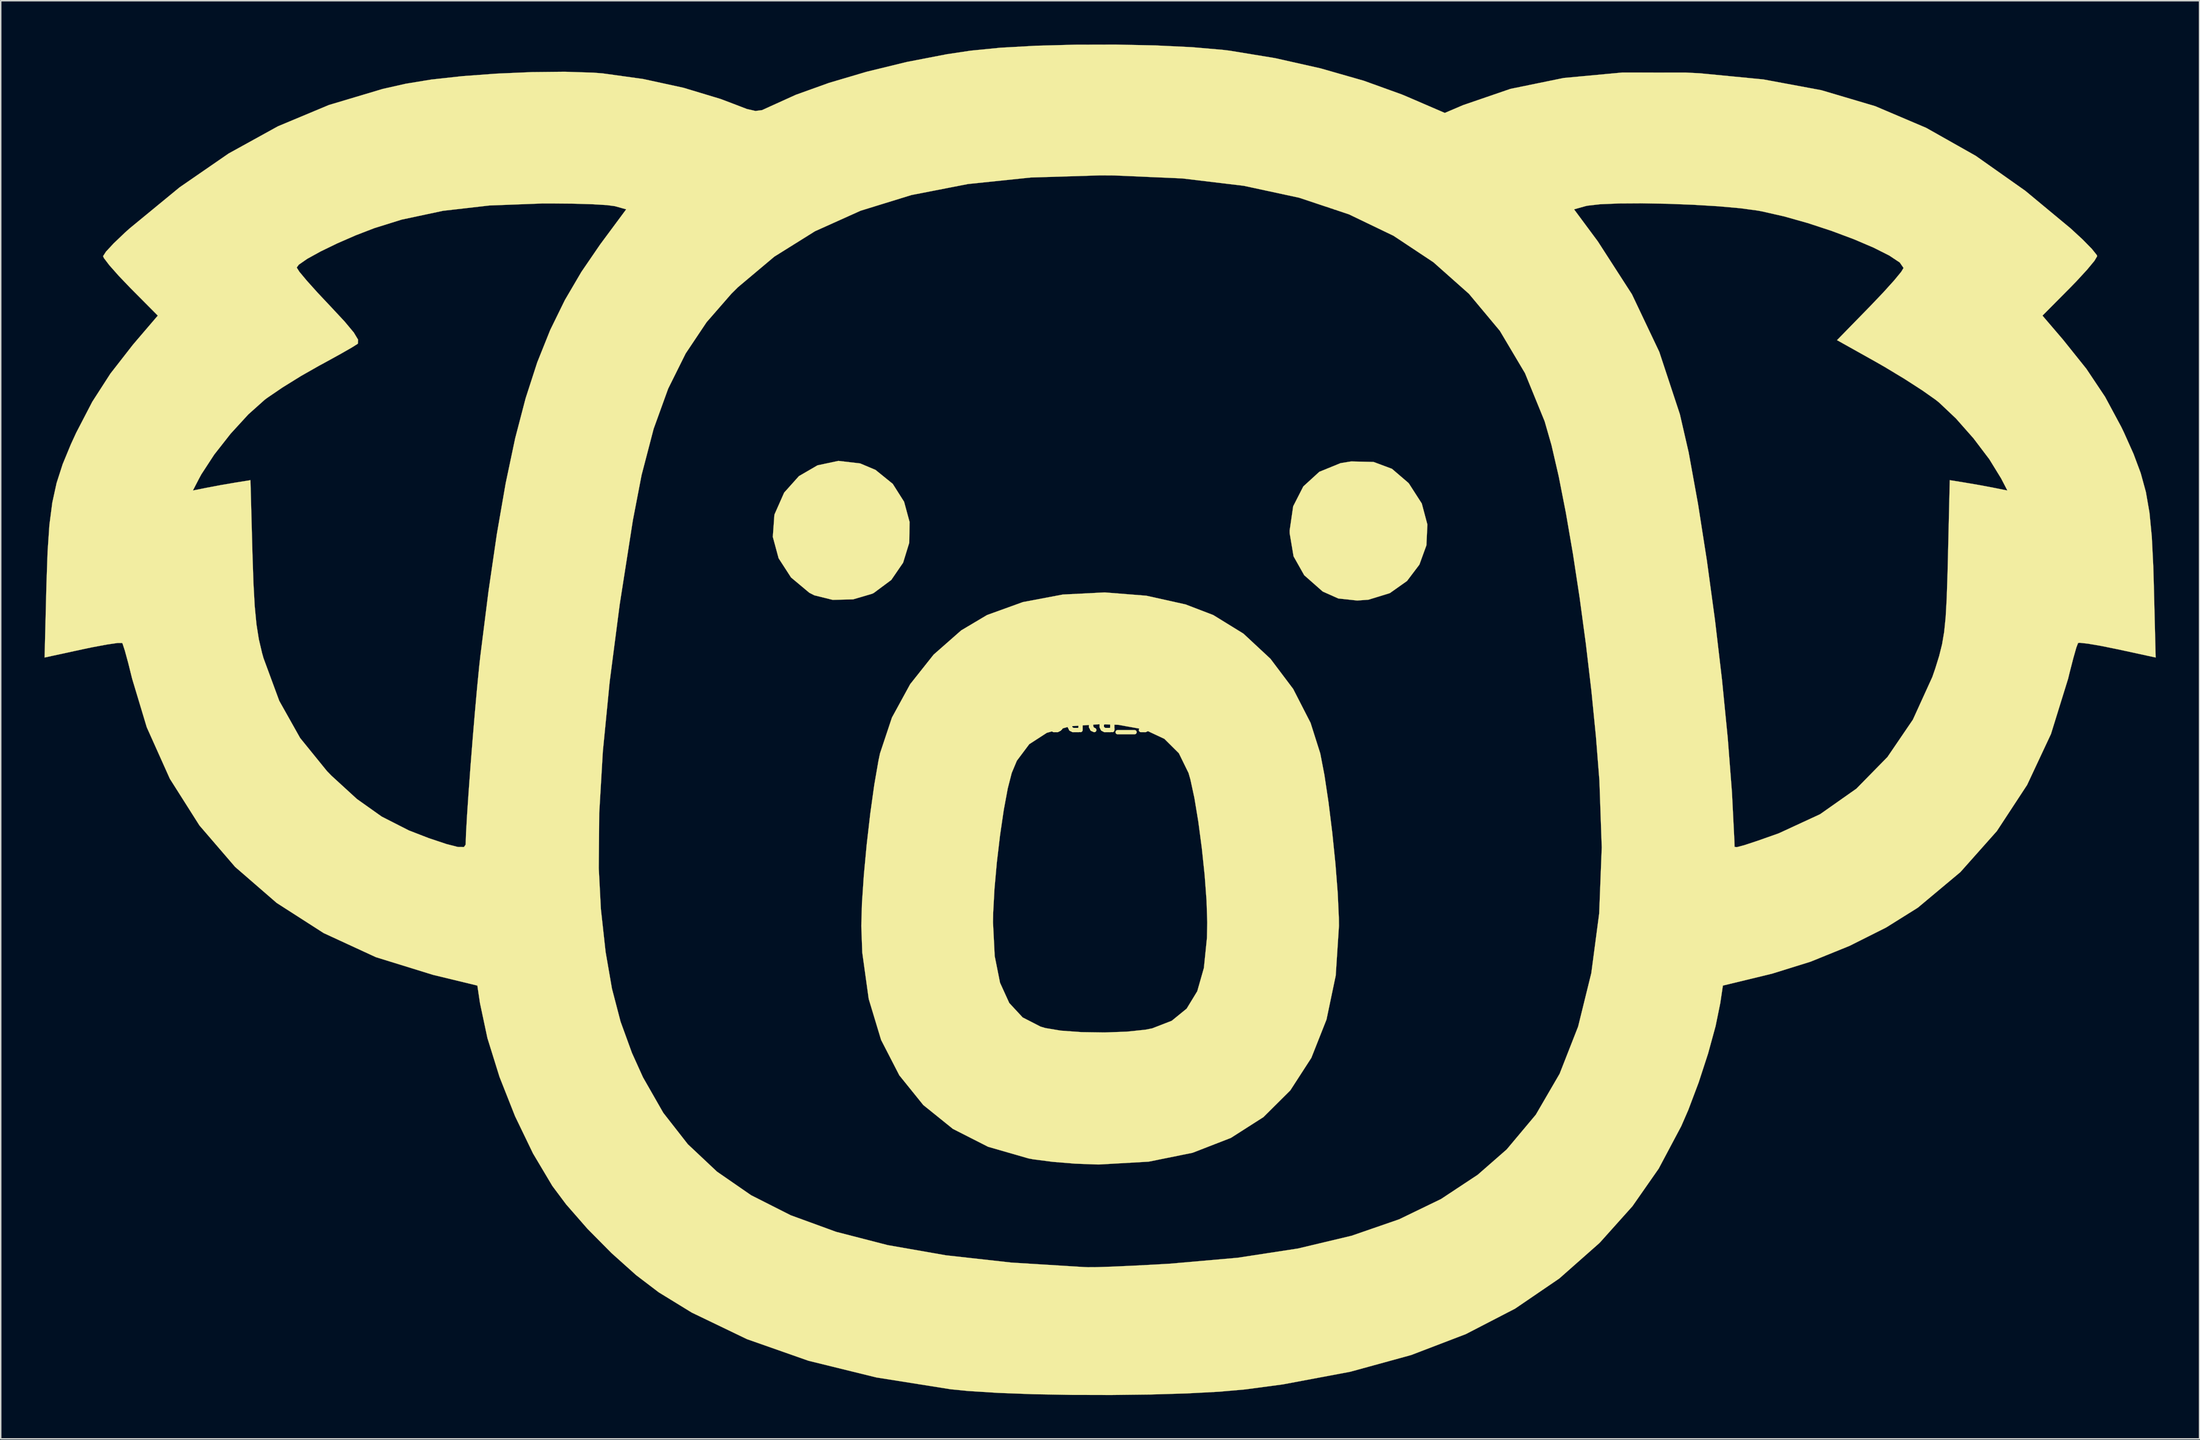
<source format=kicad_pcb>
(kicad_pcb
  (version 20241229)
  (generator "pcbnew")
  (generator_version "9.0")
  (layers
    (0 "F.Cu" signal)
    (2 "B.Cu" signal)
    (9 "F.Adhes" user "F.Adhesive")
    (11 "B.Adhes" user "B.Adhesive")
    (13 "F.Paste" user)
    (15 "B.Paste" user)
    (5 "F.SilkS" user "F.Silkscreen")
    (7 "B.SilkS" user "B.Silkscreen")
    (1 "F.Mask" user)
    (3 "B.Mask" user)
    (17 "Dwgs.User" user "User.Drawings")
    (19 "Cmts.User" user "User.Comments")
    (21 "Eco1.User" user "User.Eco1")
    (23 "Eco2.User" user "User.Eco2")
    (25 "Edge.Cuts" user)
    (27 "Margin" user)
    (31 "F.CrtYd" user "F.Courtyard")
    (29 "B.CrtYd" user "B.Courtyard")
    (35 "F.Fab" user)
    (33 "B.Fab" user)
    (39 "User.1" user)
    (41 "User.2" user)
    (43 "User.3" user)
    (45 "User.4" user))
  (footprint "Koala_90"
    (layer "F.Cu")
    (at 72.308 46.279)
    (property "Reference" "Koala_90" (at 0 0 0) (layer "F.SilkS") (effects (font (size 1.524 1.524) (thickness 0.3))))
    (attr through_hole)
    (fp_poly (pts (xy -16.438 -17.578) (xy -15.387 -17.135) (xy -14.205 -16.178) (xy -13.428 -14.952) (xy -13.053 -13.569) (xy -13.075 -12.141) (xy -13.494 -10.779) (xy -14.304 -9.596) (xy -15.504 -8.704) (xy -15.619 -8.647) (xy -16.921 -8.265) (xy -18.318 -8.23) (xy -19.575 -8.54) (xy -19.922 -8.718) (xy -21.174 -9.766) (xy -22.024 -11.08) (xy -22.421 -12.546) (xy -22.313 -14.045) (xy -22.299 -14.098) (xy -21.645 -15.577) (xy -20.633 -16.708) (xy -19.361 -17.447) (xy -17.93 -17.752) (xy -16.438 -17.578)) (stroke (width 0.01) (type solid)) (fill yes) (layer "F.SilkS"))
    (fp_poly (pts (xy 18.73 -17.679) (xy 19.99 -17.209) (xy 21.107 -16.252) (xy 21.156 -16.197) (xy 22.033 -14.833) (xy 22.417 -13.393) (xy 22.35 -11.966) (xy 21.871 -10.646) (xy 21.022 -9.524) (xy 19.844 -8.691) (xy 18.376 -8.24) (xy 17.61 -8.185) (xy 16.314 -8.325) (xy 15.274 -8.789) (xy 15.218 -8.826) (xy 13.98 -9.917) (xy 13.25 -11.211) (xy 12.985 -12.788) (xy 12.982 -12.982) (xy 13.224 -14.643) (xy 13.917 -16.001) (xy 15.013 -17.003) (xy 16.467 -17.597) (xy 17.191 -17.714) (xy 18.73 -17.679)) (stroke (width 0.01) (type solid)) (fill yes) (layer "F.SilkS"))
    (fp_poly (pts (xy 3.162 -8.515) (xy 5.85 -7.918) (xy 7.749 -7.19) (xy 9.815 -5.917) (xy 11.666 -4.195) (xy 13.225 -2.125) (xy 14.415 0.196) (xy 15.079 2.29) (xy 15.363 3.764) (xy 15.643 5.631) (xy 15.901 7.717) (xy 16.118 9.851) (xy 16.275 11.86) (xy 16.353 13.572) (xy 16.359 14.111) (xy 16.138 17.512) (xy 15.506 20.526) (xy 14.468 23.15) (xy 13.027 25.378) (xy 11.188 27.207) (xy 8.955 28.634) (xy 6.331 29.653) (xy 3.321 30.261) (xy -0.07 30.455) (xy -0.236 30.453) (xy -1.712 30.398) (xy -3.246 30.273) (xy -4.569 30.102) (xy -4.899 30.042) (xy -7.678 29.24) (xy -10.085 28.016) (xy -12.113 26.381) (xy -13.755 24.346) (xy -15.004 21.92) (xy -15.852 19.113) (xy -16.293 15.935) (xy -16.359 14.111) (xy -16.352 13.875) (xy -7.338 13.875) (xy -7.221 16.178) (xy -6.856 18.004) (xy -6.224 19.391) (xy -5.307 20.379) (xy -4.084 21.007) (xy -3.752 21.106) (xy -2.692 21.284) (xy -1.275 21.385) (xy 0.297 21.409) (xy 1.822 21.354) (xy 3.096 21.221) (xy 3.565 21.128) (xy 4.906 20.608) (xy 5.927 19.776) (xy 6.653 18.585) (xy 7.108 16.987) (xy 7.317 14.934) (xy 7.338 13.875) (xy 7.29 12.379) (xy 7.16 10.629) (xy 6.965 8.774) (xy 6.725 6.964) (xy 6.459 5.349) (xy 6.184 4.076) (xy 6.056 3.632) (xy 5.393 2.278) (xy 4.402 1.294) (xy 3.038 0.654) (xy 1.256 0.334) (xy 0 0.285) (xy -2.048 0.43) (xy -3.652 0.879) (xy -4.855 1.658) (xy -5.705 2.793) (xy -6.056 3.632) (xy -6.327 4.687) (xy -6.6 6.157) (xy -6.855 7.893) (xy -7.074 9.745) (xy -7.237 11.563) (xy -7.326 13.2) (xy -7.338 13.875) (xy -16.352 13.875) (xy -16.315 12.558) (xy -16.186 10.643) (xy -15.99 8.536) (xy -15.745 6.412) (xy -15.471 4.441) (xy -15.186 2.796) (xy -15.079 2.29) (xy -14.262 -0.165) (xy -13.012 -2.454) (xy -11.405 -4.479) (xy -9.517 -6.139) (xy -7.749 -7.19) (xy -5.292 -8.078) (xy -2.556 -8.595) (xy 0.311 -8.74) (xy 3.162 -8.515)) (stroke (width 0.01) (type solid)) (fill yes) (layer "F.SilkS"))
    (fp_poly (pts (xy 3.792 -46.217) (xy 6.301 -46.096) (xy 8.44 -45.91) (xy 8.868 -45.858) (xy 11.97 -45.349) (xy 15.093 -44.647) (xy 18.053 -43.8) (xy 20.666 -42.857) (xy 21.078 -42.684) (xy 23.61 -41.592) (xy 24.858 -42.125) (xy 28.105 -43.24) (xy 31.753 -43.987) (xy 35.768 -44.36) (xy 40.119 -44.357) (xy 41.083 -44.308) (xy 45.428 -43.888) (xy 49.401 -43.15) (xy 53.091 -42.056) (xy 56.588 -40.568) (xy 59.985 -38.649) (xy 63.37 -36.26) (xy 66.476 -33.682) (xy 67.301 -32.921) (xy 67.931 -32.278) (xy 68.268 -31.858) (xy 68.298 -31.778) (xy 68.11 -31.46) (xy 67.607 -30.853) (xy 66.877 -30.059) (xy 66.424 -29.593) (xy 64.549 -27.705) (xy 65.958 -26.058) (xy 67.557 -24.061) (xy 68.838 -22.143) (xy 69.952 -20.071) (xy 70.138 -19.683) (xy 70.788 -18.231) (xy 71.278 -16.919) (xy 71.634 -15.62) (xy 71.879 -14.208) (xy 72.039 -12.553) (xy 72.14 -10.529) (xy 72.177 -9.266) (xy 72.303 -4.28) (xy 69.71 -4.842) (xy 68.573 -5.073) (xy 67.661 -5.229) (xy 67.101 -5.291) (xy 66.989 -5.277) (xy 66.869 -4.961) (xy 66.662 -4.232) (xy 66.403 -3.225) (xy 66.306 -2.825) (xy 65.133 0.959) (xy 63.499 4.448) (xy 61.425 7.612) (xy 58.93 10.419) (xy 56.036 12.84) (xy 55.979 12.881) (xy 53.836 14.221) (xy 51.331 15.478) (xy 48.668 16.559) (xy 46.048 17.375) (xy 45.701 17.461) (xy 42.659 18.197) (xy 42.479 19.402) (xy 42.158 20.977) (xy 41.644 22.855) (xy 41 24.834) (xy 40.291 26.715) (xy 39.805 27.832) (xy 38.262 30.737) (xy 36.465 33.312) (xy 34.266 35.768) (xy 34.17 35.864) (xy 31.453 38.265) (xy 28.426 40.33) (xy 25.054 42.074) (xy 21.302 43.511) (xy 17.135 44.655) (xy 12.519 45.521) (xy 9.948 45.864) (xy 8.163 46.022) (xy 5.953 46.139) (xy 3.446 46.214) (xy 0.77 46.248) (xy -1.946 46.241) (xy -4.574 46.193) (xy -6.986 46.103) (xy -9.054 45.972) (xy -10.231 45.856) (xy -15.331 45.045) (xy -19.982 43.901) (xy -24.193 42.421) (xy -27.973 40.601) (xy -30.235 39.213) (xy -31.787 38.032) (xy -33.468 36.526) (xy -35.119 34.858) (xy -36.579 33.187) (xy -37.522 31.925) (xy -38.845 29.703) (xy -40.076 27.151) (xy -41.142 24.454) (xy -41.969 21.799) (xy -42.479 19.402) (xy -42.659 18.197) (xy -45.701 17.461) (xy -49.611 16.251) (xy -53.188 14.6) (xy -56.409 12.532) (xy -59.133 10.17) (xy -34.343 10.17) (xy -34.198 12.95) (xy -33.876 15.884) (xy -33.439 18.408) (xy -32.849 20.668) (xy -32.069 22.813) (xy -31.313 24.484) (xy -29.923 26.915) (xy -28.244 29.064) (xy -26.247 30.943) (xy -23.907 32.561) (xy -21.195 33.933) (xy -18.085 35.068) (xy -14.549 35.979) (xy -10.56 36.677) (xy -6.091 37.174) (xy -1.115 37.481) (xy -0.847 37.492) (xy -0.232 37.488) (xy 0.826 37.453) (xy 2.204 37.391) (xy 3.784 37.309) (xy 4.798 37.25) (xy 9.416 36.845) (xy 13.547 36.212) (xy 17.224 35.337) (xy 20.481 34.211) (xy 23.35 32.822) (xy 25.866 31.158) (xy 27.849 29.423) (xy 29.844 27.043) (xy 31.475 24.238) (xy 32.742 21.005) (xy 33.645 17.343) (xy 34.185 13.252) (xy 34.361 8.731) (xy 34.2 4.144) (xy 33.963 1.137) (xy 33.651 -2.007) (xy 33.275 -5.2) (xy 32.849 -8.354) (xy 32.388 -11.382) (xy 31.903 -14.196) (xy 31.409 -16.709) (xy 30.918 -18.832) (xy 30.45 -20.461) (xy 29.102 -23.764) (xy 27.38 -26.664) (xy 25.26 -29.203) (xy 25.259 -29.203) (xy 22.826 -31.364) (xy 20.098 -33.174) (xy 17.045 -34.643) (xy 16.015 -34.987) (xy 32.464 -34.987) (xy 34.09 -32.794) (xy 36.429 -29.166) (xy 38.303 -25.219) (xy 39.711 -20.953) (xy 40.313 -18.339) (xy 40.958 -14.785) (xy 41.564 -10.909) (xy 42.116 -6.855) (xy 42.597 -2.763) (xy 42.99 1.224) (xy 43.28 4.966) (xy 43.448 8.319) (xy 43.46 8.697) (xy 43.619 8.712) (xy 44.13 8.576) (xy 45.05 8.272) (xy 46.437 7.782) (xy 46.494 7.761) (xy 49.315 6.457) (xy 51.802 4.707) (xy 53.93 2.538) (xy 55.673 -0.023) (xy 57.006 -2.949) (xy 57.206 -3.528) (xy 57.473 -4.389) (xy 57.672 -5.187) (xy 57.816 -6.033) (xy 57.918 -7.043) (xy 57.99 -8.328) (xy 58.046 -10.004) (xy 58.074 -11.108) (xy 58.2 -16.431) (xy 59.227 -16.266) (xy 60.237 -16.093) (xy 61.2 -15.912) (xy 62.146 -15.723) (xy 61.717 -16.551) (xy 60.91 -17.863) (xy 59.824 -19.297) (xy 58.621 -20.659) (xy 57.464 -21.753) (xy 57.225 -21.943) (xy 56.314 -22.585) (xy 55.101 -23.367) (xy 53.782 -24.164) (xy 53.107 -24.551) (xy 50.476 -26.024) (xy 52.755 -28.359) (xy 53.655 -29.304) (xy 54.388 -30.116) (xy 54.873 -30.705) (xy 55.033 -30.971) (xy 54.775 -31.342) (xy 54.061 -31.818) (xy 52.983 -32.361) (xy 51.632 -32.938) (xy 50.099 -33.511) (xy 48.476 -34.044) (xy 46.853 -34.502) (xy 45.322 -34.849) (xy 45.053 -34.899) (xy 43.86 -35.061) (xy 42.349 -35.196) (xy 40.64 -35.299) (xy 38.854 -35.368) (xy 37.114 -35.399) (xy 35.541 -35.389) (xy 34.255 -35.336) (xy 33.379 -35.236) (xy 33.236 -35.203) (xy 32.464 -34.987) (xy 16.015 -34.987) (xy 13.635 -35.781) (xy 9.839 -36.599) (xy 5.625 -37.104) (xy 0.963 -37.308) (xy 0 -37.314) (xy -4.752 -37.167) (xy -9.051 -36.721) (xy -12.926 -35.966) (xy -16.409 -34.891) (xy -19.53 -33.487) (xy -22.319 -31.744) (xy -24.806 -29.653) (xy -25.259 -29.203) (xy -26.958 -27.253) (xy -28.391 -25.11) (xy -29.589 -22.7) (xy -30.584 -19.949) (xy -31.41 -16.782) (xy -32.006 -13.688) (xy -32.91 -7.909) (xy -33.595 -2.629) (xy -34.063 2.146) (xy -34.313 6.414) (xy -34.343 10.17) (xy -59.133 10.17) (xy -59.252 10.067) (xy -61.697 7.225) (xy -63.722 4.03) (xy -65.305 0.5) (xy -66.306 -2.825) (xy -66.573 -3.898) (xy -66.803 -4.742) (xy -66.959 -5.22) (xy -66.989 -5.277) (xy -67.302 -5.276) (xy -68.038 -5.169) (xy -69.067 -4.977) (xy -69.71 -4.842) (xy -72.303 -4.28) (xy -72.177 -9.266) (xy -72.098 -11.537) (xy -71.973 -13.371) (xy -71.775 -14.895) (xy -71.594 -15.723) (xy -62.146 -15.723) (xy -61.2 -15.912) (xy -60.224 -16.096) (xy -59.228 -16.266) (xy -58.202 -16.431) (xy -58.065 -11.39) (xy -57.997 -9.373) (xy -57.91 -7.802) (xy -57.791 -6.559) (xy -57.627 -5.525) (xy -57.405 -4.582) (xy -57.308 -4.238) (xy -56.228 -1.31) (xy -54.798 1.236) (xy -52.96 3.502) (xy -52.646 3.824) (xy -50.908 5.415) (xy -49.209 6.62) (xy -47.352 7.566) (xy -46.008 8.087) (xy -44.778 8.499) (xy -43.992 8.701) (xy -43.578 8.706) (xy -43.461 8.537) (xy -43.434 7.739) (xy -43.363 6.497) (xy -43.257 4.929) (xy -43.127 3.155) (xy -42.98 1.291) (xy -42.826 -0.543) (xy -42.675 -2.229) (xy -42.536 -3.65) (xy -42.456 -4.374) (xy -41.897 -8.814) (xy -41.323 -12.746) (xy -40.719 -16.224) (xy -40.068 -19.305) (xy -39.353 -22.045) (xy -38.559 -24.499) (xy -37.668 -26.723) (xy -36.664 -28.773) (xy -35.531 -30.705) (xy -34.252 -32.575) (xy -34.09 -32.794) (xy -32.464 -34.987) (xy -33.236 -35.203) (xy -33.787 -35.277) (xy -34.779 -35.336) (xy -36.09 -35.375) (xy -37.597 -35.389) (xy -38.241 -35.387) (xy -41.837 -35.25) (xy -45.005 -34.887) (xy -47.84 -34.284) (xy -49.709 -33.701) (xy -50.99 -33.207) (xy -52.256 -32.655) (xy -53.399 -32.1) (xy -54.312 -31.596) (xy -54.888 -31.197) (xy -55.033 -30.999) (xy -54.849 -30.707) (xy -54.346 -30.104) (xy -53.605 -29.279) (xy -52.772 -28.394) (xy -51.758 -27.307) (xy -51.123 -26.546) (xy -50.83 -26.059) (xy -50.84 -25.792) (xy -50.867 -25.766) (xy -51.265 -25.516) (xy -52.027 -25.08) (xy -53.017 -24.534) (xy -53.481 -24.283) (xy -54.731 -23.573) (xy -56.002 -22.785) (xy -57.055 -22.068) (xy -57.225 -21.941) (xy -58.348 -20.937) (xy -59.555 -19.62) (xy -60.681 -18.186) (xy -61.566 -16.829) (xy -61.717 -16.551) (xy -62.146 -15.723) (xy -71.594 -15.723) (xy -71.481 -16.238) (xy -71.066 -17.527) (xy -70.503 -18.89) (xy -70.138 -19.683) (xy -69.037 -21.804) (xy -67.795 -23.732) (xy -66.262 -25.7) (xy -65.958 -26.058) (xy -64.549 -27.705) (xy -66.424 -29.593) (xy -67.238 -30.444) (xy -67.874 -31.164) (xy -68.242 -31.65) (xy -68.298 -31.778) (xy -68.099 -32.087) (xy -67.569 -32.658) (xy -66.806 -33.386) (xy -66.476 -33.682) (xy -63.055 -36.495) (xy -59.699 -38.811) (xy -56.32 -40.676) (xy -52.83 -42.135) (xy -49.141 -43.237) (xy -47.566 -43.592) (xy -45.821 -43.878) (xy -43.686 -44.112) (xy -41.335 -44.285) (xy -38.941 -44.389) (xy -36.677 -44.414) (xy -34.716 -44.351) (xy -34.082 -44.302) (xy -31.315 -43.919) (xy -28.545 -43.317) (xy -26.007 -42.551) (xy -25.109 -42.211) (xy -24.197 -41.861) (xy -23.608 -41.726) (xy -23.151 -41.787) (xy -22.694 -41.996) (xy -20.845 -42.834) (xy -18.566 -43.653) (xy -15.991 -44.414) (xy -13.256 -45.081) (xy -10.493 -45.615) (xy -8.868 -45.858) (xy -6.838 -46.059) (xy -4.401 -46.195) (xy -1.714 -46.267) (xy 1.069 -46.274) (xy 3.792 -46.217)) (stroke (width 0.01) (type solid)) (fill yes) (layer "F.SilkS")))
  (gr_rect
    (start -3 -3)
    (end 147.616 95.533)
    (stroke (width 0.1) (type default))
    (fill no)
    (layer "Edge.Cuts")))
</source>
